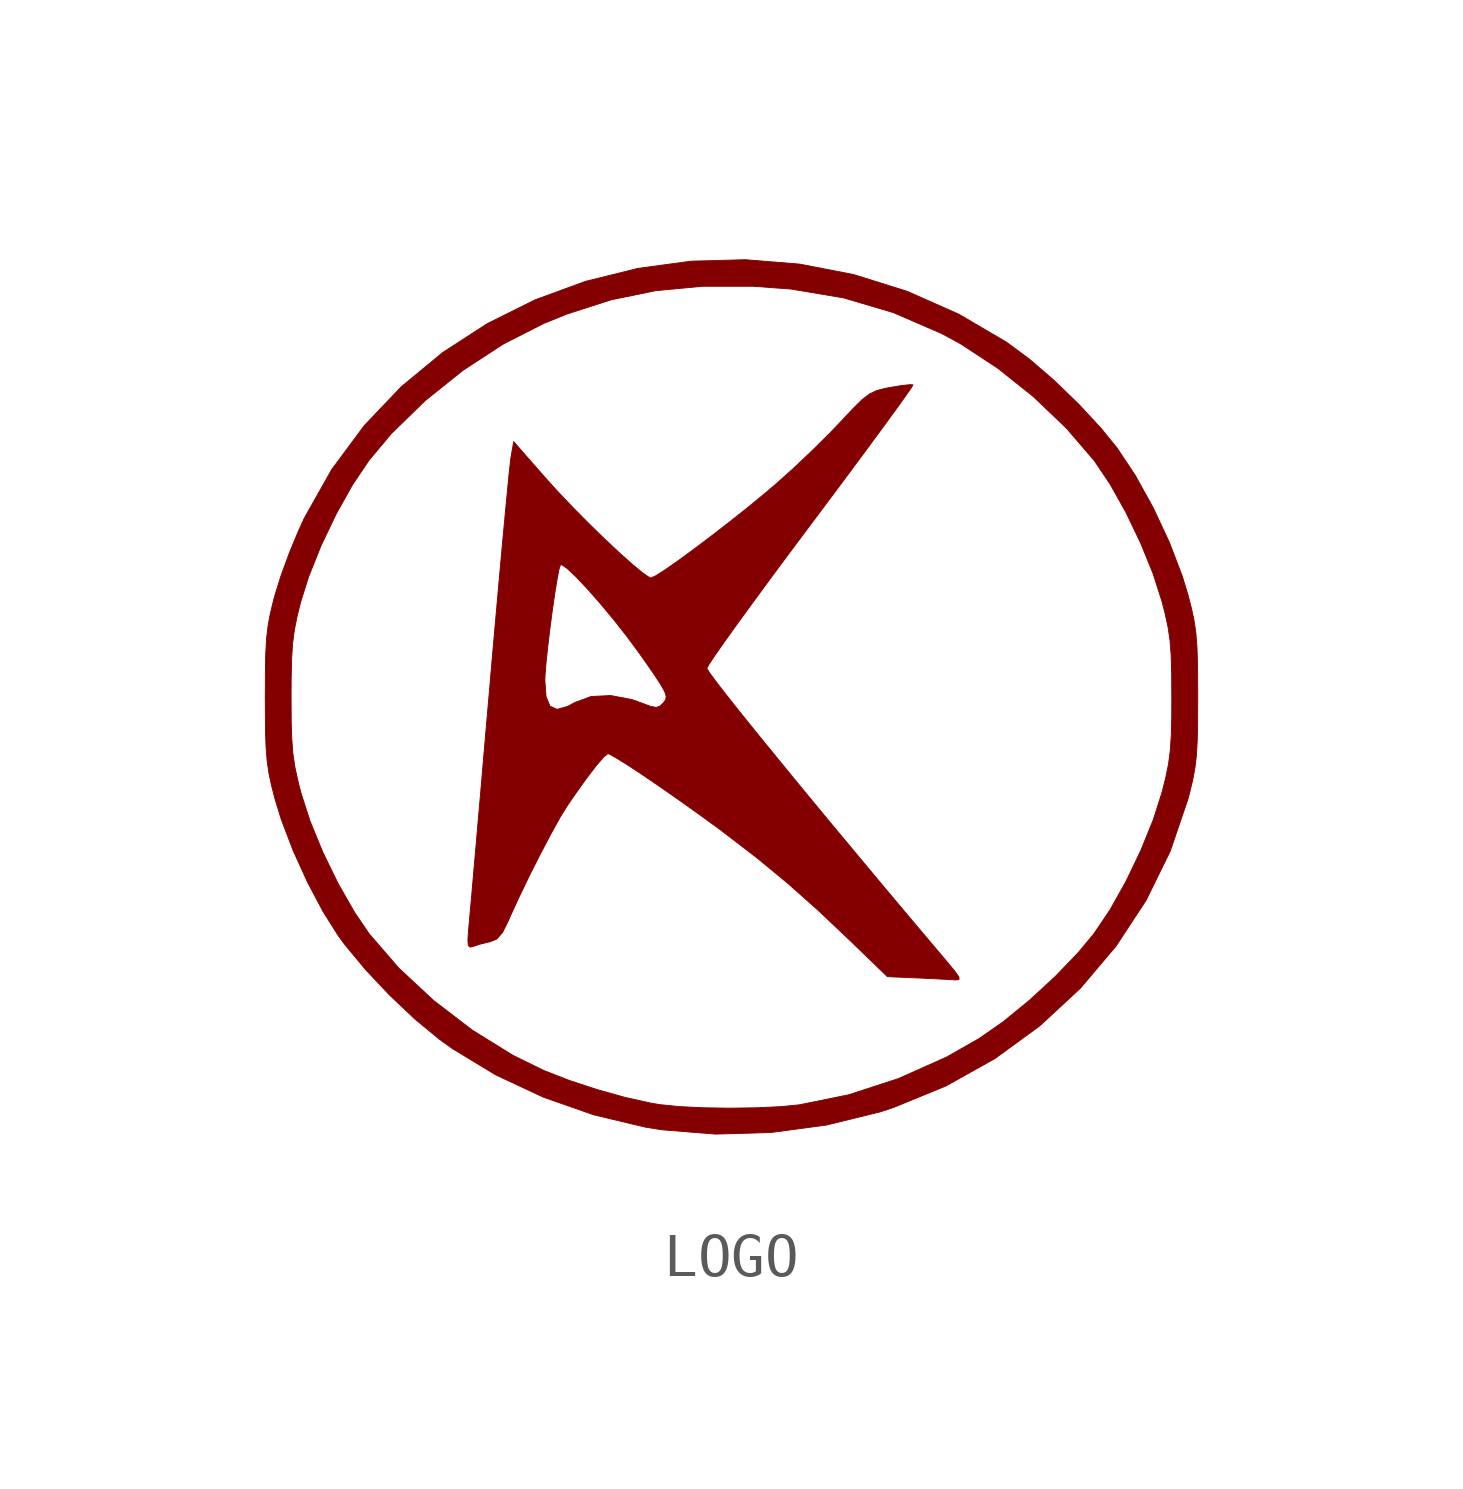
<source format=kicad_sym>
(kicad_symbol_lib
  (version 20220914)
  (generator "bitmap2component")
  (generator_version "8.0")
  (symbol "LOGO"
    (pin_names
      (offset 1.016))
    (property "Reference" "#G"
      (at 0 10.202 0)
      (effects (font (size 1.27 1.27)) hide))
    (symbol "LOGO_0_0"
      (polyline (pts (xy 0.912 -10.117) (xy 2.193 -9.945) (xy 3.429 -9.642) (xy 3.745 -9.539) (xy 4.959 -9.041) (xy 6.092 -8.407) (xy 7.132 -7.649) (xy 8.07 -6.779) (xy 8.893 -5.807) (xy 9.589 -4.747) (xy 10.148 -3.608) (xy 10.558 -2.404) (xy 10.597 -2.258) (xy 10.669 -1.958) (xy 10.72 -1.682) (xy 10.754 -1.391) (xy 10.773 -1.046) (xy 10.781 -0.61) (xy 10.784 -0.042) (xy 10.783 0.22) (xy 10.779 0.727) (xy 10.766 1.119) (xy 10.741 1.436) (xy 10.701 1.716) (xy 10.641 1.997) (xy 10.558 2.319) (xy 10.426 2.754) (xy 10.127 3.535) (xy 9.756 4.329) (xy 9.343 5.076) (xy 8.918 5.715) (xy 8.55 6.168) (xy 8.032 6.728) (xy 7.464 7.277) (xy 6.893 7.769) (xy 6.364 8.161) (xy 5.262 8.808) (xy 4.063 9.34) (xy 2.831 9.726) (xy 1.579 9.969) (xy 0.319 10.071) (xy -0.935 10.037) (xy -2.171 9.869) (xy -3.377 9.57) (xy -4.538 9.145) (xy -5.644 8.595) (xy -6.68 7.924) (xy -7.634 7.136) (xy -8.494 6.233) (xy -9.246 5.219) (xy -9.879 4.097) (xy -10.024 3.779) (xy -10.235 3.266) (xy -10.422 2.755) (xy -10.558 2.319) (xy -10.597 2.173) (xy -10.669 1.874) (xy -10.72 1.597) (xy -10.754 1.306) (xy -10.773 0.962) (xy -10.781 0.525) (xy -10.784 -0.042) (xy -10.187 -0.042) (xy -10.185 0.375) (xy -10.175 0.825) (xy -10.153 1.183) (xy -10.113 1.496) (xy -10.052 1.806) (xy -9.964 2.159) (xy -9.781 2.74) (xy -9.492 3.462) (xy -9.144 4.19) (xy -8.765 4.867) (xy -8.383 5.434) (xy -7.87 6.046) (xy -7.084 6.813) (xy -6.206 7.516) (xy -5.277 8.122) (xy -4.343 8.597) (xy -3.807 8.814) (xy -2.782 9.144) (xy -1.751 9.355) (xy -0.67 9.457) (xy 0.508 9.456) (xy 1.379 9.392) (xy 2.593 9.188) (xy 3.745 8.847) (xy 4.868 8.36) (xy 5.301 8.125) (xy 6.155 7.564) (xy 6.986 6.901) (xy 7.747 6.174) (xy 8.392 5.423) (xy 8.398 5.415) (xy 8.762 4.873) (xy 9.126 4.221) (xy 9.465 3.515) (xy 9.752 2.809) (xy 9.96 2.159) (xy 10.03 1.885) (xy 10.098 1.57) (xy 10.143 1.264) (xy 10.169 0.923) (xy 10.181 0.503) (xy 10.184 -0.042) (xy 10.183 -0.471) (xy 10.173 -0.917) (xy 10.15 -1.273) (xy 10.11 -1.583) (xy 10.048 -1.891) (xy 9.96 -2.244) (xy 9.759 -2.876) (xy 9.469 -3.59) (xy 9.126 -4.306) (xy 8.755 -4.968) (xy 8.383 -5.519) (xy 8.014 -5.963) (xy 7.481 -6.516) (xy 6.889 -7.061) (xy 6.288 -7.553) (xy 5.726 -7.945) (xy 4.973 -8.373) (xy 3.861 -8.87) (xy 2.711 -9.244) (xy 1.572 -9.476) (xy 1.148 -9.518) (xy 0.589 -9.545) (xy -0.027 -9.554) (xy -0.643 -9.545) (xy -1.203 -9.518) (xy -1.651 -9.473) (xy -1.863 -9.438) (xy -2.455 -9.307) (xy -3.108 -9.124) (xy -3.759 -8.91) (xy -4.343 -8.682) (xy -5.058 -8.331) (xy -5.992 -7.752) (xy -6.886 -7.068) (xy -7.698 -6.312) (xy -8.383 -5.519) (xy -8.717 -5.028) (xy -9.098 -4.362) (xy -9.452 -3.637) (xy -9.75 -2.911) (xy -9.964 -2.244) (xy -10.031 -1.977) (xy -10.1 -1.66) (xy -10.145 -1.353) (xy -10.171 -1.01) (xy -10.184 -0.589) (xy -10.187 -0.042) (xy -10.784 -0.042) (xy -10.783 -0.298) (xy -10.779 -0.806) (xy -10.766 -1.2) (xy -10.741 -1.518) (xy -10.701 -1.798) (xy -10.642 -2.079) (xy -10.559 -2.399) (xy -10.414 -2.873) (xy -10.14 -3.591) (xy -9.809 -4.321) (xy -9.449 -5.002) (xy -9.087 -5.576) (xy -8.943 -5.771) (xy -8.467 -6.345) (xy -7.913 -6.934) (xy -7.329 -7.487) (xy -6.766 -7.953) (xy -6.463 -8.171) (xy -5.458 -8.782) (xy -4.35 -9.3) (xy -3.181 -9.71) (xy -1.99 -9.993) (xy -1.618 -10.053) (xy -0.372 -10.154) (xy 0.912 -10.117)) (stroke (width 0.01) (type default)) (fill (type outline)))
      (polyline (pts (xy 5.261 -6.58) (xy 5.261 -6.523) (xy 5.17 -6.392) (xy 4.978 -6.16) (xy 4.926 -6.098) (xy 4.229 -5.273) (xy 3.547 -4.462) (xy 2.889 -3.673) (xy 2.261 -2.919) (xy 1.675 -2.21) (xy 1.138 -1.555) (xy 0.658 -0.967) (xy 0.245 -0.455) (xy -0.093 -0.03) (xy -0.347 0.298) (xy -0.509 0.518) (xy -0.571 0.619) (xy -0.526 0.703) (xy -0.39 0.909) (xy -0.171 1.223) (xy 0.121 1.631) (xy 0.476 2.119) (xy 0.884 2.675) (xy 1.335 3.283) (xy 1.82 3.932) (xy 1.82 3.932) (xy 2.304 4.578) (xy 2.753 5.181) (xy 3.16 5.73) (xy 3.513 6.21) (xy 3.803 6.607) (xy 4.02 6.91) (xy 4.155 7.104) (xy 4.198 7.176) (xy 4.131 7.181) (xy 3.939 7.161) (xy 3.67 7.117) (xy 3.549 7.094) (xy 3.356 7.043) (xy 3.193 6.965) (xy 3.023 6.836) (xy 2.813 6.629) (xy 2.525 6.321) (xy 2.273 6.058) (xy 1.871 5.66) (xy 1.442 5.253) (xy 1.043 4.895) (xy 0.793 4.682) (xy 0.4 4.359) (xy -0.021 4.024) (xy -0.447 3.694) (xy -0.856 3.385) (xy -1.225 3.115) (xy -1.531 2.901) (xy -1.752 2.76) (xy -1.864 2.709) (xy -1.897 2.719) (xy -2.049 2.822) (xy -2.288 3.019) (xy -2.591 3.29) (xy -2.938 3.615) (xy -3.306 3.974) (xy -3.674 4.346) (xy -4.021 4.711) (xy -4.326 5.048) (xy -5.038 5.862) (xy -5.102 5.492) (xy -5.115 5.386) (xy -5.145 5.113) (xy -5.185 4.701) (xy -5.236 4.165) (xy -5.296 3.523) (xy -5.362 2.79) (xy -5.434 1.983) (xy -5.511 1.118) (xy -5.579 0.334) (xy -4.317 0.334) (xy -4.313 0.456) (xy -4.29 0.744) (xy -4.251 1.113) (xy -4.202 1.525) (xy -4.146 1.947) (xy -4.089 2.342) (xy -4.035 2.675) (xy -3.99 2.911) (xy -3.957 3.014) (xy -3.922 3.014) (xy -3.79 2.92) (xy -3.585 2.725) (xy -3.327 2.451) (xy -3.036 2.12) (xy -2.729 1.752) (xy -2.428 1.37) (xy -2.151 0.995) (xy -2.072 0.884) (xy -1.817 0.519) (xy -1.646 0.262) (xy -1.547 0.088) (xy -1.51 -0.027) (xy -1.522 -0.106) (xy -1.571 -0.174) (xy -1.649 -0.252) (xy -1.741 -0.285) (xy -1.883 -0.257) (xy -2.129 -0.165) (xy -2.303 -0.103) (xy -2.793 -0.01) (xy -3.247 -0.032) (xy -3.622 -0.17) (xy -3.787 -0.26) (xy -4.033 -0.329) (xy -4.197 -0.257) (xy -4.289 -0.038) (xy -4.317 0.334) (xy -5.579 0.334) (xy -5.589 0.212) (xy -5.649 -0.474) (xy -5.726 -1.364) (xy -5.798 -2.206) (xy -5.866 -2.983) (xy -5.926 -3.677) (xy -5.978 -4.272) (xy -6.02 -4.749) (xy -6.051 -5.093) (xy -6.068 -5.285) (xy -6.079 -5.399) (xy -6.097 -5.657) (xy -6.088 -5.79) (xy -6.045 -5.829) (xy -5.961 -5.808) (xy -5.81 -5.759) (xy -5.573 -5.7) (xy -5.432 -5.643) (xy -5.298 -5.494) (xy -5.162 -5.219) (xy -5.098 -5.072) (xy -4.896 -4.634) (xy -4.662 -4.15) (xy -4.415 -3.661) (xy -4.175 -3.207) (xy -3.965 -2.828) (xy -3.802 -2.563) (xy -3.604 -2.275) (xy -3.338 -1.903) (xy -3.114 -1.612) (xy -2.948 -1.423) (xy -2.858 -1.355) (xy -2.822 -1.366) (xy -2.659 -1.457) (xy -2.391 -1.624) (xy -2.043 -1.854) (xy -1.637 -2.131) (xy -1.196 -2.439) (xy -0.741 -2.763) (xy -0.295 -3.088) (xy -0.162 -3.188) (xy 0.602 -3.775) (xy 1.306 -4.357) (xy 2.006 -4.979) (xy 2.755 -5.688) (xy 3.606 -6.512) (xy 4.279 -6.541) (xy 4.338 -6.543) (xy 4.683 -6.56) (xy 4.974 -6.575) (xy 5.154 -6.587) (xy 5.181 -6.589) (xy 5.261 -6.58)) (stroke (width 0.01) (type default)) (fill (type outline))))))
</source>
